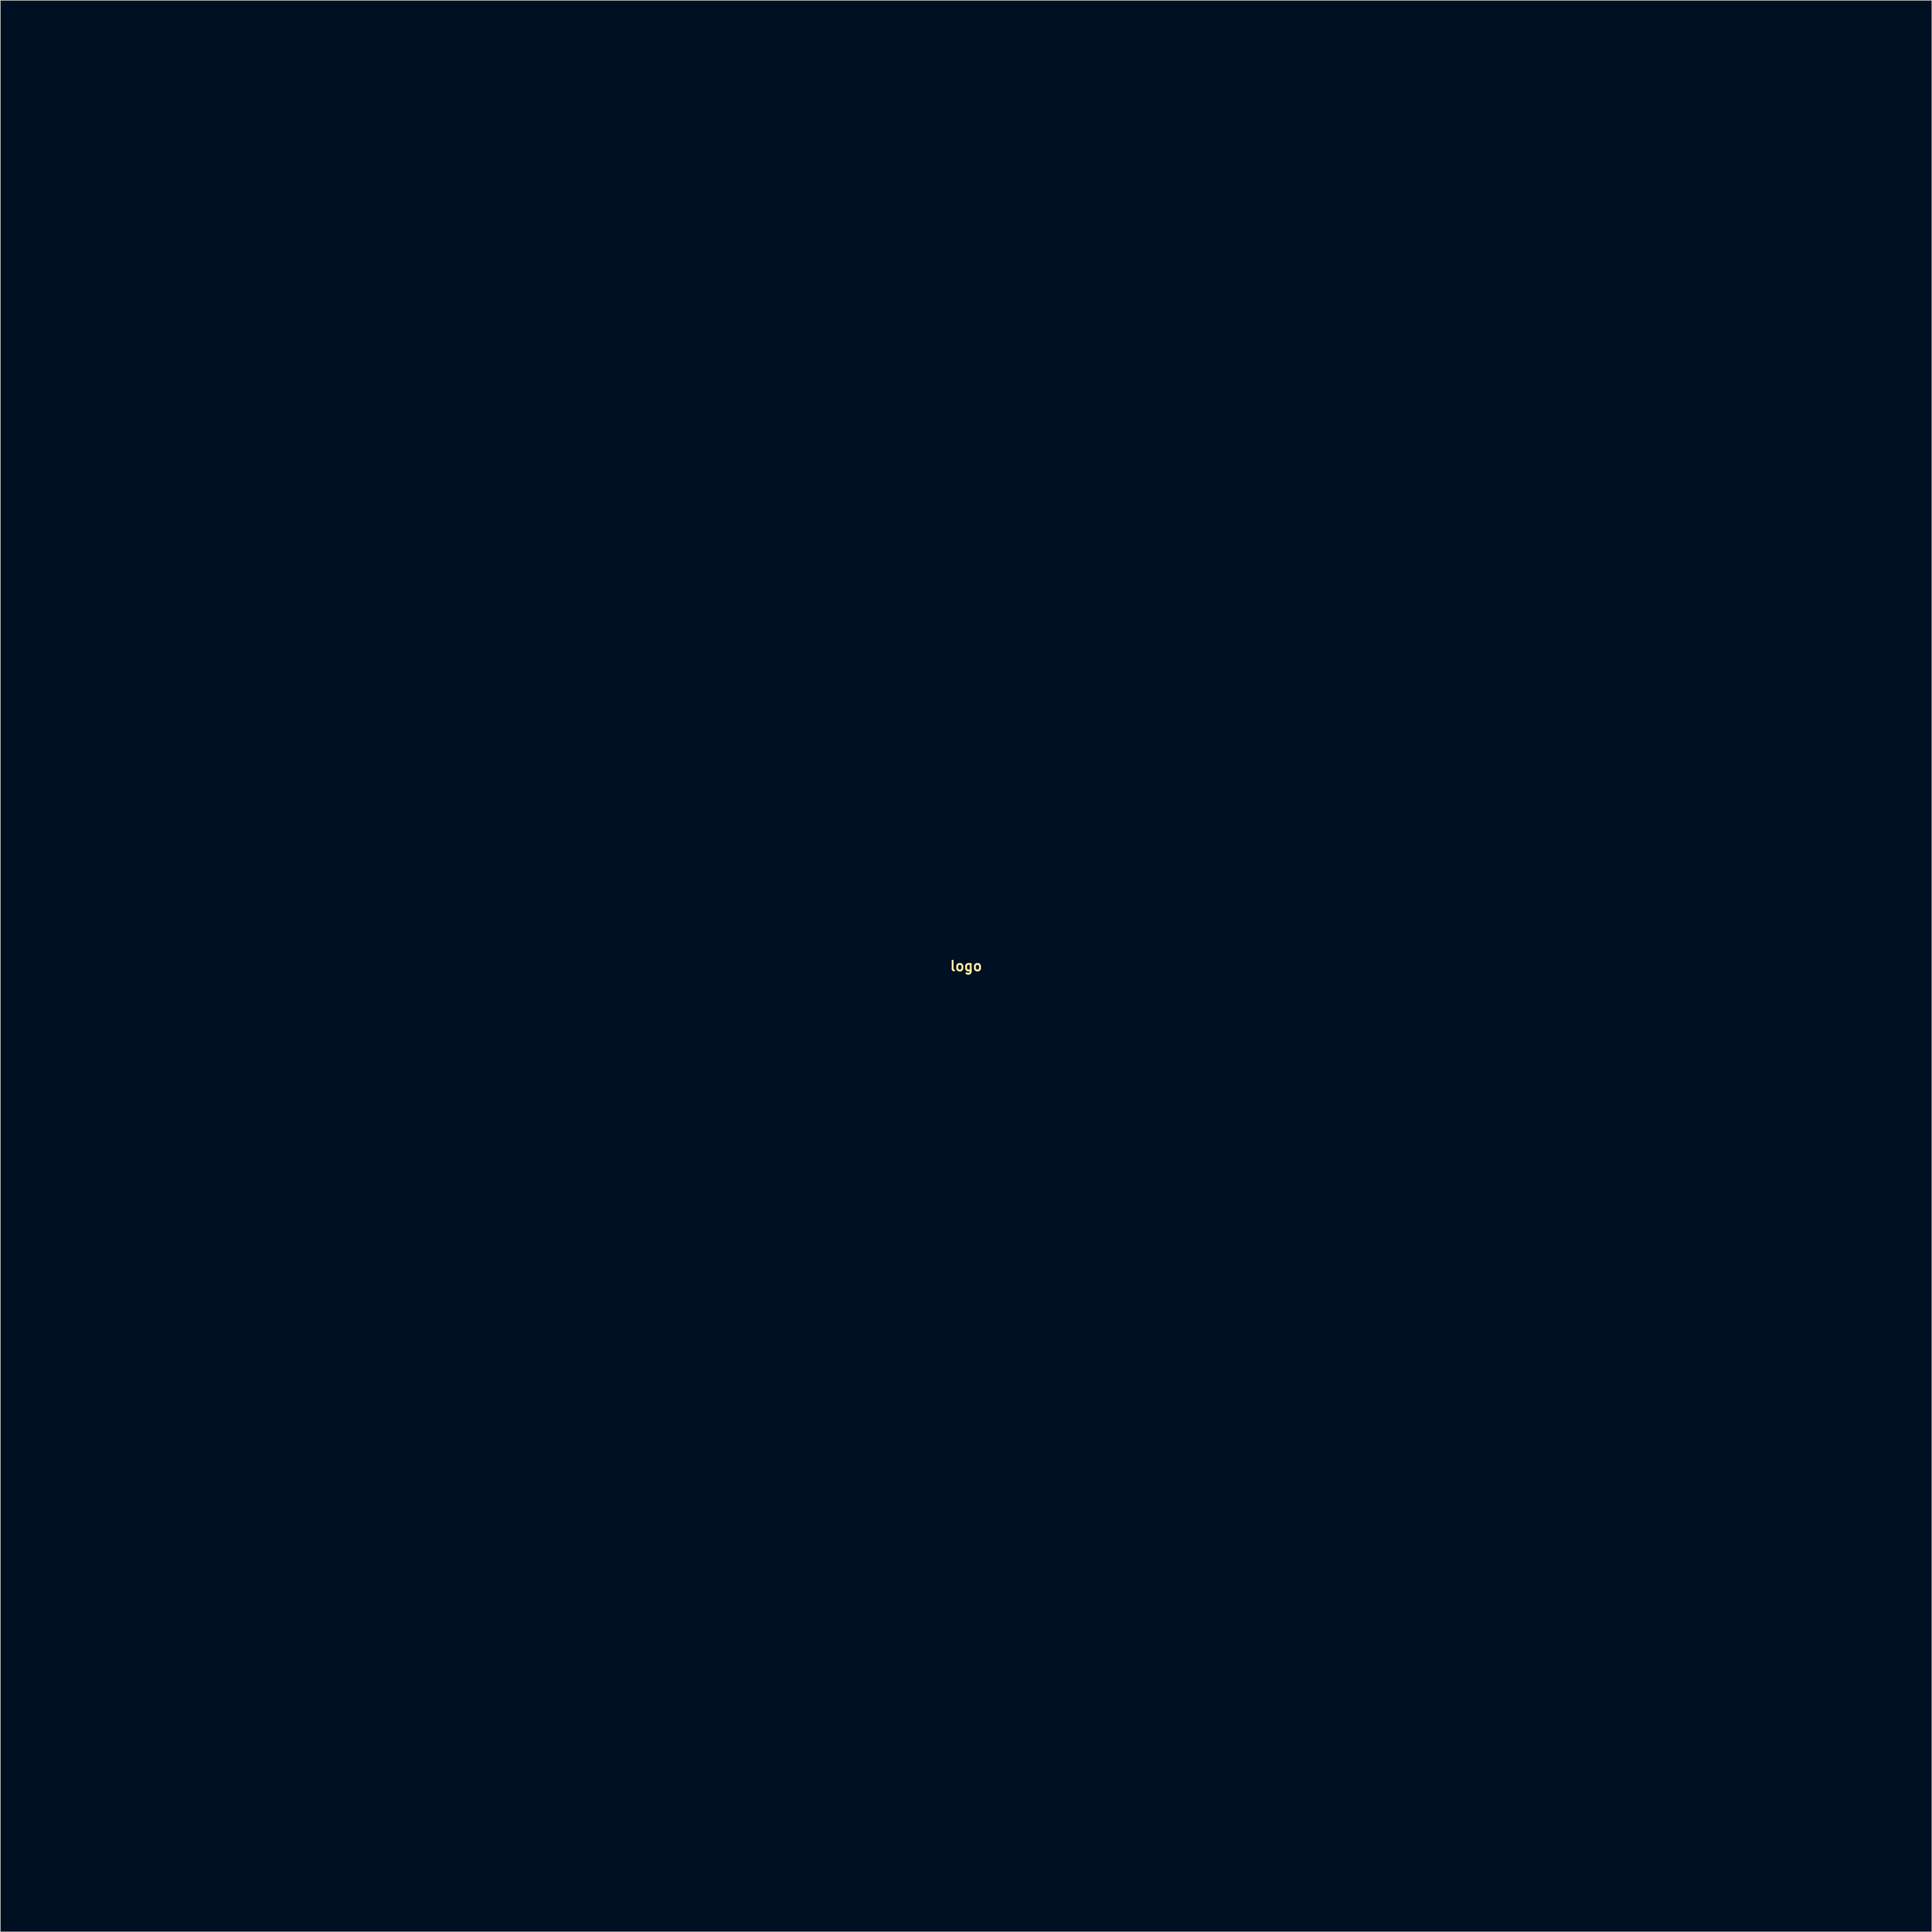
<source format=kicad_pcb>
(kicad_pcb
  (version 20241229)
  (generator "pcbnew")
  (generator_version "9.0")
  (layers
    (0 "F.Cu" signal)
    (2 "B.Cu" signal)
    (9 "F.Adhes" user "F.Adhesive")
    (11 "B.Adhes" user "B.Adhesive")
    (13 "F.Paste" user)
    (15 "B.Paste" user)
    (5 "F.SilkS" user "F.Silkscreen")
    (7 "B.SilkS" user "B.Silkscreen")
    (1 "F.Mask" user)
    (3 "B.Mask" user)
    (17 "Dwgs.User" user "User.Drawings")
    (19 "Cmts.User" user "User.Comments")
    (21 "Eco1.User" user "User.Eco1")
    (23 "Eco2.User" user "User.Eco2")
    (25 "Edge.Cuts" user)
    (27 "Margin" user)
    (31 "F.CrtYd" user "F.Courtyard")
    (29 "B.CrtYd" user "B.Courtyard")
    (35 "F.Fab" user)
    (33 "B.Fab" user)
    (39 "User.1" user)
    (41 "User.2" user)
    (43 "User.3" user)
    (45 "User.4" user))
  (footprint "logo"
    (layer "F.Cu")
    (at 147.787 147.787)
    (property "Reference" "logo" (at 0 0 0) (layer "F.SilkS") (effects (font (size 1.524 1.524) (thickness 0.3))))
    (attr through_hole)
    (fp_poly (pts (xy -41.564 95.827) (xy -42.718 96.982) (xy -43.873 95.827) (xy -42.718 94.673) (xy -41.564 95.827)) (stroke (width 0.01) (type solid)) (fill yes) (layer "F.Mask"))
    (fp_poly (pts (xy -41.564 107.373) (xy -42.718 108.527) (xy -43.873 107.373) (xy -42.718 106.218) (xy -41.564 107.373)) (stroke (width 0.01) (type solid)) (fill yes) (layer "F.Mask"))
    (fp_poly (pts (xy -14.624 97.752) (xy -14.941 99.124) (xy -16.164 99.291) (xy -18.064 98.446) (xy -17.703 97.752) (xy -14.963 97.475) (xy -14.624 97.752)) (stroke (width 0.01) (type solid)) (fill yes) (layer "F.Mask"))
    (fp_poly (pts (xy 116.994 97.752) (xy 116.677 99.124) (xy 115.455 99.291) (xy 113.554 98.446) (xy 113.915 97.752) (xy 116.656 97.475) (xy 116.994 97.752)) (stroke (width 0.01) (type solid)) (fill yes) (layer "F.Mask"))
    (fp_poly (pts (xy -106.429 101.195) (xy -105.549 103.909) (xy -105.42 107.591) (xy -106.434 108.527) (xy -108.135 106.591) (xy -108.527 103.909) (xy -108.155 100.15) (xy -107.642 99.291) (xy -106.429 101.195)) (stroke (width 0.01) (type solid)) (fill yes) (layer "F.Mask"))
    (fp_poly (pts (xy -66.964 95.827) (xy -64.761 97.902) (xy -64.655 98.273) (xy -66.441 99.264) (xy -66.964 99.291) (xy -69.184 97.516) (xy -69.273 96.846) (xy -67.858 95.466) (xy -66.964 95.827)) (stroke (width 0.01) (type solid)) (fill yes) (layer "F.Mask"))
    (fp_poly (pts (xy -65.379 105.401) (xy -65.809 106.218) (xy -67.985 108.423) (xy -68.391 108.527) (xy -68.548 107.036) (xy -68.118 106.218) (xy -65.943 104.013) (xy -65.537 103.909) (xy -65.379 105.401)) (stroke (width 0.01) (type solid)) (fill yes) (layer "F.Mask"))
    (fp_poly (pts (xy 52.676 98.916) (xy 53.109 101.6) (xy 52.142 105.352) (xy 50.8 106.218) (xy 48.924 104.284) (xy 48.491 101.6) (xy 49.458 97.848) (xy 50.8 96.982) (xy 52.676 98.916)) (stroke (width 0.01) (type solid)) (fill yes) (layer "F.Mask"))
    (fp_poly (pts (xy 96.405 98.417) (xy 102.321 100.144) (xy 104.194 101.626) (xy 103.717 102.43) (xy 100.996 103.519) (xy 96.405 104.783) (xy 91.825 105.352) (xy 90.187 103.501) (xy 90.055 101.6) (xy 90.768 98.377) (xy 93.797 97.89) (xy 96.405 98.417)) (stroke (width 0.01) (type solid)) (fill yes) (layer "F.Mask"))
    (fp_poly (pts (xy 147.782 147.782) (xy -147.782 147.782) (xy -147.782 84.282) (xy -120.073 84.282) (xy -118.826 87.355) (xy -117.764 87.745) (xy -116.387 89.809) (xy -115.561 95.031) (xy -115.455 98.136) (xy -115.913 104.333) (xy -117.074 108.05) (xy -117.764 108.527) (xy -120.006 110.284) (xy -120.073 110.836) (xy -117.987 112.109) (xy -112.613 112.948) (xy -107.565 113.145) (xy -100.208 112.932) (xy -96.067 111.898) (xy -93.748 109.453) (xy -92.542 106.795) (xy -90.027 100.445) (xy -91.264 106.893) (xy -91.761 110.994) (xy -90.359 112.728) (xy -85.917 112.937) (xy -83.259 112.795) (xy -77.187 112.683) (xy -73.413 113.073) (xy -72.993 113.275) (xy -70.398 113.635) (xy -64.45 113.743) (xy -56.403 113.639) (xy -47.514 113.366) (xy -39.037 112.966) (xy -32.228 112.48) (xy -28.342 111.951) (xy -27.916 111.773) (xy -28.572 109.632) (xy -31.277 106.103) (xy -32.459 104.353) (xy -27.403 104.353) (xy -25.024 110.632) (xy -20.287 114.092) (xy -14.243 114.026) (xy -9.926 113.196) (xy -9.048 113.145) (xy -7.205 111.255) (xy -6.927 109.413) (xy -8.343 106.724) (xy -11.543 106.887) (xy -15.837 106.991) (xy -17.452 106.001) (xy -16.502 104.469) (xy -12.836 103.909) (xy -8.378 103.01) (xy -7.898 101.785) (xy -3.464 101.785) (xy -3.287 108.556) (xy -2.316 111.908) (xy 0.114 113.037) (xy 2.829 113.145) (xy 7.112 112.692) (xy 8.322 110.386) (xy 7.716 106.121) (xy 7.524 100.037) (xy 10.336 96.154) (xy 10.436 96.08) (xy 13.346 92.666) (xy 12.141 90.252) (xy 7.298 89.337) (xy 4.181 89.533) (xy -0.373 90.311) (xy -2.625 92.119) (xy -3.385 96.253) (xy -3.464 101.785) (xy -7.898 101.785) (xy -6.966 99.409) (xy -6.927 98.062) (xy -8.72 92.732) (xy -13.1 89.702) (xy -18.569 89.12) (xy -23.626 91.133) (xy -26.774 95.889) (xy -26.83 96.103) (xy -27.403 104.353) (xy -32.459 104.353) (xy -34.114 101.904) (xy -33.533 98.158) (xy -32.802 96.884) (xy -30.43 92.424) (xy -31.323 90.496) (xy -36.116 90.057) (xy -36.945 90.055) (xy -41.896 89.433) (xy -43.707 86.792) (xy -43.873 84.282) (xy 11.545 84.282) (xy 12.792 87.355) (xy 13.855 87.745) (xy 15.232 89.809) (xy 16.058 95.031) (xy 16.164 98.136) (xy 15.705 104.333) (xy 14.545 108.05) (xy 13.855 108.527) (xy 11.613 110.284) (xy 11.545 110.836) (xy 13.576 112.359) (xy 18.573 113.124) (xy 19.671 113.145) (xy 25.016 112.841) (xy 26.876 111.278) (xy 26.376 107.484) (xy 26.348 107.373) (xy 25.916 103.094) (xy 26.063 103.004) (xy 39.221 103.004) (xy 41.676 109.276) (xy 44.379 111.855) (xy 50.664 114.085) (xy 56.916 113.031) (xy 60.578 109.948) (xy 62.488 103.32) (xy 60.987 96.283) (xy 57.917 92.606) (xy 62.345 92.606) (xy 64.146 94.57) (xy 64.959 94.673) (xy 66.558 96.792) (xy 66.444 103.032) (xy 66.333 103.909) (xy 65.761 109.8) (xy 66.68 112.437) (xy 69.841 113.124) (xy 71.656 113.145) (xy 75.968 112.781) (xy 77.458 110.773) (xy 77.017 105.749) (xy 76.907 105.064) (xy 76.701 101.029) (xy 80.76 101.029) (xy 81.653 106.88) (xy 85.95 111.86) (xy 92.099 115.041) (xy 96.966 114.438) (xy 100.213 111.893) (xy 103.217 109.648) (xy 106.368 110.199) (xy 109.501 112.085) (xy 115.31 114.338) (xy 120.7 114.053) (xy 124.158 111.498) (xy 124.691 109.371) (xy 123.225 106.963) (xy 120.267 107.311) (xy 116.005 107.432) (xy 114.358 106.312) (xy 115.17 104.571) (xy 119.834 103.909) (xy 119.936 103.909) (xy 125.425 102.742) (xy 126.924 99.492) (xy 124.355 94.533) (xy 122.382 92.364) (xy 117.85 88.581) (xy 114.144 88.265) (xy 109.746 90.877) (xy 105.615 92.812) (xy 101.049 91.688) (xy 99.781 91.059) (xy 93.006 89.477) (xy 87.122 91.298) (xy 82.811 95.492) (xy 80.76 101.029) (xy 76.701 101.029) (xy 76.601 99.067) (xy 78.193 96.982) (xy 78.207 96.982) (xy 80.41 95.076) (xy 80.818 92.88) (xy 80.026 90.279) (xy 76.868 89.389) (xy 71.582 89.659) (xy 65.797 90.669) (xy 62.58 92.121) (xy 62.345 92.606) (xy 57.917 92.606) (xy 56.573 90.997) (xy 52.053 88.554) (xy 48.5 88.949) (xy 45.027 90.997) (xy 40.354 96.373) (xy 39.221 103.004) (xy 26.063 103.004) (xy 28.229 101.67) (xy 29.768 101.6) (xy 33.724 100.214) (xy 34.636 98.136) (xy 32.711 95.316) (xy 30.018 94.673) (xy 26.257 93.229) (xy 25.4 91.209) (xy 27.248 88.148) (xy 28.864 87.745) (xy 31.937 88.992) (xy 32.327 90.055) (xy 34.198 92.103) (xy 35.791 92.364) (xy 38.577 90.356) (xy 39.255 86.591) (xy 38.961 83.392) (xy 37.358 81.664) (xy 33.361 80.957) (xy 25.886 80.818) (xy 25.4 80.818) (xy 17.355 81.084) (xy 13.036 82.027) (xy 11.573 83.864) (xy 11.545 84.282) (xy -43.873 84.282) (xy -44.826 79.888) (xy -48.582 78.533) (xy -49.645 78.509) (xy -54.288 79.713) (xy -55.418 81.973) (xy -54.171 85.046) (xy -53.109 85.436) (xy -51.792 87.513) (xy -50.956 92.823) (xy -50.8 96.982) (xy -51.215 103.568) (xy -52.277 107.748) (xy -53.109 108.527) (xy -54.845 106.551) (xy -55.418 102.755) (xy -56.903 97.105) (xy -60.52 92.037) (xy -65.011 88.899) (xy -68.486 88.721) (xy -73.022 89.93) (xy -74.349 90.055) (xy -75.794 91.958) (xy -75.695 95.515) (xy -76.21 101.65) (xy -77.999 105.329) (xy -79.771 107.231) (xy -80.615 106.544) (xy -80.676 102.589) (xy -80.147 95.25) (xy -78.947 80.818) (xy -85.463 80.818) (xy -89.805 81.461) (xy -92.652 84.178) (xy -95.201 90.157) (xy -95.366 90.632) (xy -97.795 96.382) (xy -99.571 97.759) (xy -100.108 96.982) (xy -101.895 92.274) (xy -103.783 87.168) (xy -106.644 82.421) (xy -111.53 80.861) (xy -113.088 80.818) (xy -118.613 81.834) (xy -120.073 84.282) (xy -147.782 84.282) (xy -147.782 -29.97) (xy -86.591 -29.97) (xy -86.452 -19.171) (xy -85.819 -11.377) (xy -84.366 -4.979) (xy -81.766 1.634) (xy -79.031 7.372) (xy -70.064 21.709) (xy -58.416 34.552) (xy -45.23 44.806) (xy -34.043 50.524) (xy -24.908 53.91) (xy -19.052 55.223) (xy -15.746 53.901) (xy -14.262 49.383) (xy -13.869 41.108) (xy -13.855 34.978) (xy -13.872 26.373) (xy -14.218 20.05) (xy -15.329 14.928) (xy -17.646 9.93) (xy -21.605 3.975) (xy -27.647 -4.016) (xy -31.975 -9.616) (xy -36.51 -16.005) (xy -38.595 -21.127) (xy -38.881 -27.136) (xy -38.536 -31.318) (xy -37.333 -38.782) (xy -35.379 -46.474) (xy -33.071 -53.266) (xy -30.803 -58.029) (xy -28.971 -59.636) (xy -28.673 -59.461) (xy -27.448 -56.696) (xy -25.576 -50.83) (xy -23.872 -44.674) (xy -21.601 -36.943) (xy -19.348 -30.857) (xy -17.977 -28.286) (xy -13.522 -25.966) (xy -6.502 -25.224) (xy 1.352 -25.945) (xy 8.311 -28.011) (xy 11.821 -30.294) (xy 13.948 -32.601) (xy 15.242 -35.017) (xy 15.719 -38.433) (xy 15.396 -43.74) (xy 14.289 -51.829) (xy 12.429 -63.5) (xy 10.932 -72.736) (xy 19.607 -64.655) (xy 30.517 -53.384) (xy 37.538 -43.354) (xy 41.023 -33.982) (xy 41.564 -28.467) (xy 41.254 -22.997) (xy 39.856 -18.569) (xy 36.661 -13.92) (xy 30.965 -7.789) (xy 28.741 -5.549) (xy 22.269 1.369) (xy 16.993 7.825) (xy 13.93 12.56) (xy 13.732 13.024) (xy 12.686 18.05) (xy 11.913 26.105) (xy 11.555 35.602) (xy 11.545 37.353) (xy 11.545 55.932) (xy 20.04 54.339) (xy 36.899 48.917) (xy 52.398 39.591) (xy 65.843 27.023) (xy 76.544 11.879) (xy 83.807 -5.177) (xy 84.455 -7.472) (xy 87.418 -26.763) (xy 86.181 -45.282) (xy 81.149 -62.589) (xy 72.729 -78.24) (xy 61.326 -91.792) (xy 47.348 -102.804) (xy 31.2 -110.833) (xy 13.287 -115.437) (xy -5.983 -116.173) (xy -14.432 -115.215) (xy -33.518 -109.975) (xy -50.639 -100.863) (xy -65.205 -88.316) (xy -76.627 -72.776) (xy -79.954 -66.323) (xy -83.196 -58.734) (xy -85.181 -52.07) (xy -86.206 -44.709) (xy -86.566 -35.03) (xy -86.591 -29.97) (xy -147.782 -29.97) (xy -147.782 -147.782) (xy 147.782 -147.782) (xy 147.782 147.782)) (stroke (width 0.01) (type solid)) (fill yes) (layer "F.Mask")))
  (gr_rect
    (start -3 -3)
    (end 298.574 298.574)
    (stroke (width 0.1) (type default))
    (fill no)
    (layer "Edge.Cuts")))
</source>
